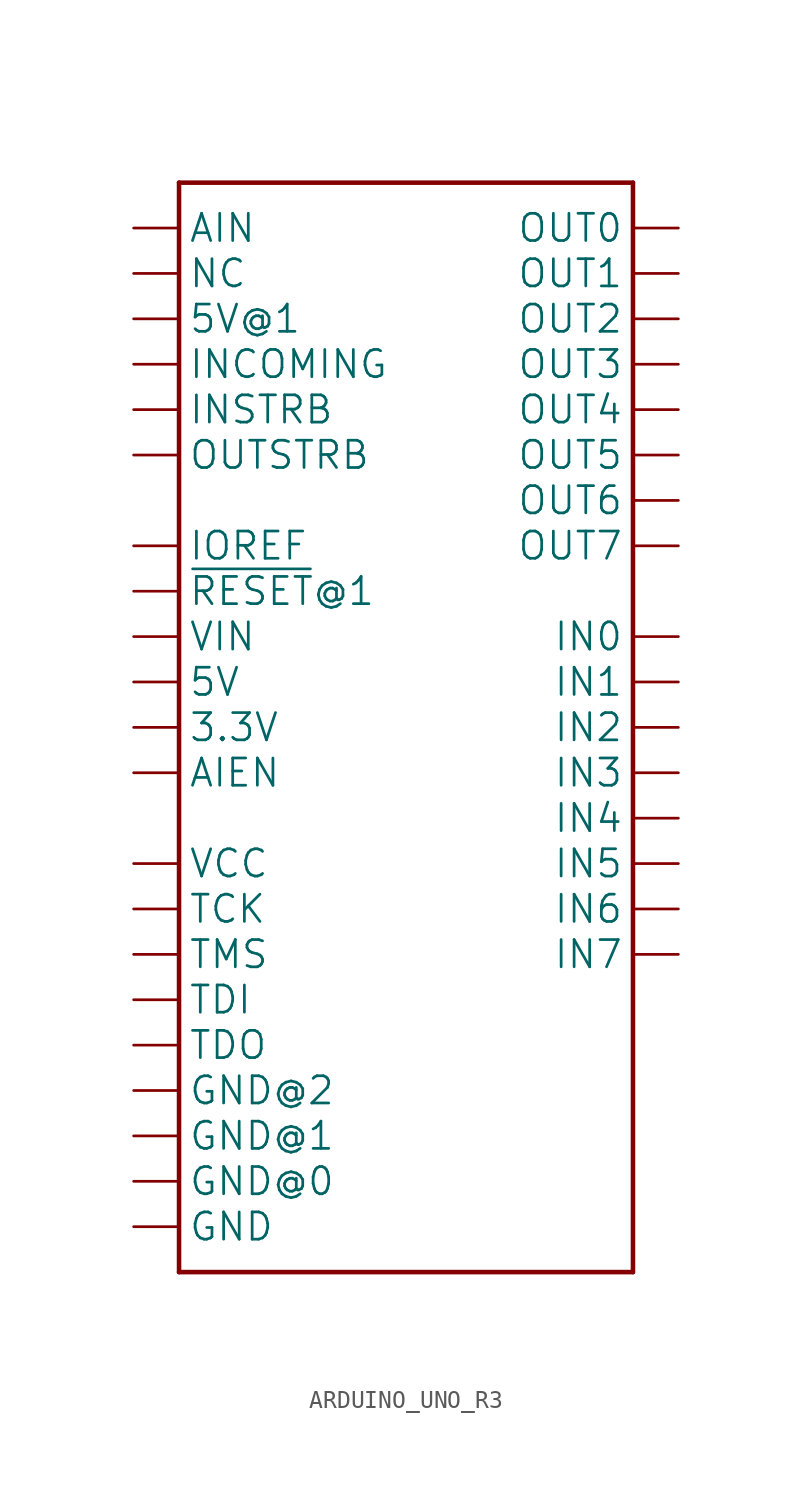
<source format=kicad_sym>
(kicad_symbol_lib
  (version 20241209)
  (generator "kicad_symbol_editor")
  (generator_version "9.0")
  (symbol "ARDUINO_UNO_R3"
    (property "Reference" "B"
      (at -9.652 31.242 0)
      (effects (font (size 1.778 1.778)) (justify left bottom) (hide yes)))
    (property "ki_locked" ""
      (at 0 0 0)
      (effects (font (size 1.27 1.27))))
    (symbol "ARDUINO_UNO_R3_1_0"
      (polyline (pts (xy -10.16 30.48) (xy 15.24 30.48)) (stroke (width 0.254) (type solid)) (fill (type none)))
      (polyline (pts (xy -10.16 -30.48) (xy -10.16 30.48)) (stroke (width 0.254) (type solid)) (fill (type none)))
      (polyline (pts (xy 15.24 30.48) (xy 15.24 -30.48)) (stroke (width 0.254) (type solid)) (fill (type none)))
      (polyline (pts (xy 15.24 -30.48) (xy -10.16 -30.48)) (stroke (width 0.254) (type solid)) (fill (type none)))
      (pin bidirectional line (at -12.7 27.94 0) (length 2.54) (name "AIN" (effects (font (size 1.524 1.524)))) (number "AIN" (effects (font (size 0 0)))))
      (pin bidirectional line (at -12.7 25.4 0) (length 2.54) (name "NC" (effects (font (size 1.524 1.524)))) (number "NC@1" (effects (font (size 0 0)))))
      (pin bidirectional line (at -12.7 22.86 0) (length 2.54) (name "5V@1" (effects (font (size 1.524 1.524)))) (number "5V@1" (effects (font (size 0 0)))))
      (pin bidirectional line (at -12.7 20.32 0) (length 2.54) (name "INCOMING" (effects (font (size 1.524 1.524)))) (number "INCOMING" (effects (font (size 0 0)))))
      (pin bidirectional line (at -12.7 17.78 0) (length 2.54) (name "INSTRB" (effects (font (size 1.524 1.524)))) (number "INST" (effects (font (size 0 0)))))
      (pin bidirectional line (at -12.7 15.24 0) (length 2.54) (name "OUTSTRB" (effects (font (size 1.524 1.524)))) (number "OUTST" (effects (font (size 0 0)))))
      (pin bidirectional line (at -12.7 10.16 0) (length 2.54) (name "IOREF" (effects (font (size 1.524 1.524)))) (number "IOREF" (effects (font (size 0 0)))))
      (pin bidirectional line (at -12.7 7.62 0) (length 2.54) (name "~{RESET}@1" (effects (font (size 1.524 1.524)))) (number "RESET@1" (effects (font (size 0 0)))))
      (pin bidirectional line (at -12.7 5.08 0) (length 2.54) (name "VIN" (effects (font (size 1.524 1.524)))) (number "VIN" (effects (font (size 0 0)))))
      (pin bidirectional line (at -12.7 2.54 0) (length 2.54) (name "5V" (effects (font (size 1.524 1.524)))) (number "5V" (effects (font (size 0 0)))))
      (pin bidirectional line (at -12.7 0 0) (length 2.54) (name "3.3V" (effects (font (size 1.524 1.524)))) (number "3.3V" (effects (font (size 0 0)))))
      (pin bidirectional line (at -12.7 -2.54 0) (length 2.54) (name "AIEN" (effects (font (size 1.524 1.524)))) (number "AREF" (effects (font (size 0 0)))))
      (pin bidirectional line (at -12.7 -7.62 0) (length 2.54) (name "VCC" (effects (font (size 1.524 1.524)))) (number "VCC" (effects (font (size 0 0)))))
      (pin bidirectional line (at -12.7 -10.16 0) (length 2.54) (name "TCK" (effects (font (size 1.524 1.524)))) (number "TCK" (effects (font (size 0 0)))))
      (pin bidirectional line (at -12.7 -12.7 0) (length 2.54) (name "TMS" (effects (font (size 1.524 1.524)))) (number "TMS" (effects (font (size 0 0)))))
      (pin bidirectional line (at -12.7 -15.24 0) (length 2.54) (name "TDI" (effects (font (size 1.524 1.524)))) (number "TDI" (effects (font (size 0 0)))))
      (pin bidirectional line (at -12.7 -17.78 0) (length 2.54) (name "TDO" (effects (font (size 1.524 1.524)))) (number "TDO" (effects (font (size 0 0)))))
      (pin bidirectional line (at -12.7 -20.32 0) (length 2.54) (name "GND@2" (effects (font (size 1.524 1.524)))) (number "GND@4" (effects (font (size 0 0)))))
      (pin bidirectional line (at -12.7 -22.86 0) (length 2.54) (name "GND@1" (effects (font (size 1.524 1.524)))) (number "GND@3" (effects (font (size 0 0)))))
      (pin bidirectional line (at -12.7 -25.4 0) (length 2.54) (name "GND@0" (effects (font (size 1.524 1.524)))) (number "GND@2" (effects (font (size 0 0)))))
      (pin bidirectional line (at -12.7 -27.94 0) (length 2.54) (name "GND" (effects (font (size 1.524 1.524)))) (number "GND@1" (effects (font (size 0 0)))))
      (pin bidirectional line (at 17.78 27.94 180) (length 2.54) (name "OUT0" (effects (font (size 1.524 1.524)))) (number "OUT0" (effects (font (size 0 0)))))
      (pin bidirectional line (at 17.78 25.4 180) (length 2.54) (name "OUT1" (effects (font (size 1.524 1.524)))) (number "OUT1" (effects (font (size 0 0)))))
      (pin bidirectional line (at 17.78 22.86 180) (length 2.54) (name "OUT2" (effects (font (size 1.524 1.524)))) (number "OUT2" (effects (font (size 0 0)))))
      (pin bidirectional line (at 17.78 20.32 180) (length 2.54) (name "OUT3" (effects (font (size 1.524 1.524)))) (number "OUT3" (effects (font (size 0 0)))))
      (pin bidirectional line (at 17.78 17.78 180) (length 2.54) (name "OUT4" (effects (font (size 1.524 1.524)))) (number "OUT4" (effects (font (size 0 0)))))
      (pin bidirectional line (at 17.78 15.24 180) (length 2.54) (name "OUT5" (effects (font (size 1.524 1.524)))) (number "OUT5" (effects (font (size 0 0)))))
      (pin bidirectional line (at 17.78 12.7 180) (length 2.54) (name "OUT6" (effects (font (size 1.524 1.524)))) (number "OUT6" (effects (font (size 0 0)))))
      (pin bidirectional line (at 17.78 10.16 180) (length 2.54) (name "OUT7" (effects (font (size 1.524 1.524)))) (number "OUT7" (effects (font (size 0 0)))))
      (pin bidirectional line (at 17.78 5.08 180) (length 2.54) (name "IN0" (effects (font (size 1.524 1.524)))) (number "IN0" (effects (font (size 0 0)))))
      (pin bidirectional line (at 17.78 2.54 180) (length 2.54) (name "IN1" (effects (font (size 1.524 1.524)))) (number "IN1" (effects (font (size 0 0)))))
      (pin bidirectional line (at 17.78 0 180) (length 2.54) (name "IN2" (effects (font (size 1.524 1.524)))) (number "IN2" (effects (font (size 0 0)))))
      (pin bidirectional line (at 17.78 -2.54 180) (length 2.54) (name "IN3" (effects (font (size 1.524 1.524)))) (number "IN3" (effects (font (size 0 0)))))
      (pin bidirectional line (at 17.78 -5.08 180) (length 2.54) (name "IN4" (effects (font (size 1.524 1.524)))) (number "IN4" (effects (font (size 0 0)))))
      (pin bidirectional line (at 17.78 -7.62 180) (length 2.54) (name "IN5" (effects (font (size 1.524 1.524)))) (number "IN5" (effects (font (size 0 0)))))
      (pin bidirectional line (at 17.78 -10.16 180) (length 2.54) (name "IN6" (effects (font (size 1.524 1.524)))) (number "IN6" (effects (font (size 0 0)))))
      (pin bidirectional line (at 17.78 -12.7 180) (length 2.54) (name "IN7" (effects (font (size 1.524 1.524)))) (number "IN7" (effects (font (size 0 0))))))))
</source>
